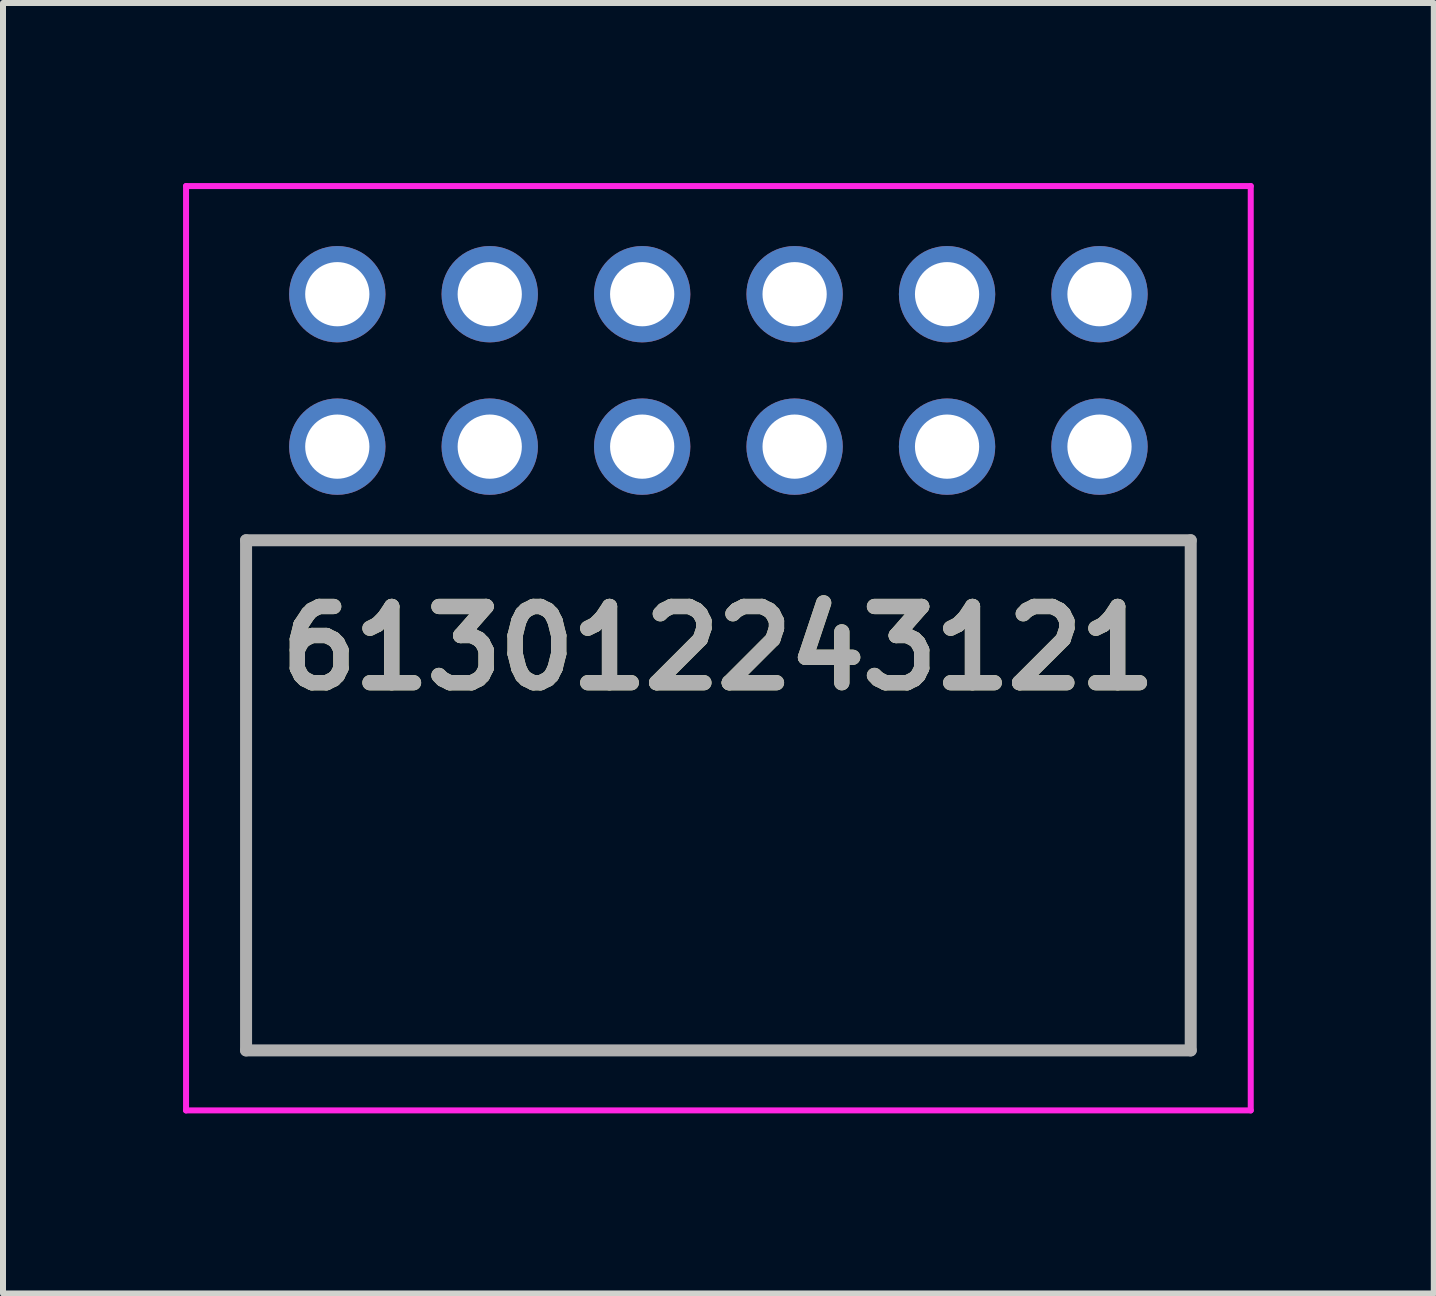
<source format=kicad_pcb>
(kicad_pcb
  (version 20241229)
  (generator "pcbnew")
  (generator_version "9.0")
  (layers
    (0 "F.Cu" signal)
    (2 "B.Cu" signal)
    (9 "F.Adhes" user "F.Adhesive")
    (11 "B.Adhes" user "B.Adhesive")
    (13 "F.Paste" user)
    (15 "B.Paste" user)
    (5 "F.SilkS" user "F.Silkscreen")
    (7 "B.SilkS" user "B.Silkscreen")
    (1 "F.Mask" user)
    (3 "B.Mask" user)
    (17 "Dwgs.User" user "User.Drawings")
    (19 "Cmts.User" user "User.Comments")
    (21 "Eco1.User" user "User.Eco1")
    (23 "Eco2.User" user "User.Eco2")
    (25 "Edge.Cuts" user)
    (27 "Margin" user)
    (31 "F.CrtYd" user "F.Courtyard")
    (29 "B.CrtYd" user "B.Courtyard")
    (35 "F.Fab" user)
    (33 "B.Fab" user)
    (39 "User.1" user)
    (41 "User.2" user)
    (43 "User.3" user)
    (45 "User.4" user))
  (footprint "613012243121"
    (layer "F.Cu")
    (at 2.57 4.392)
    (property "Reference" "613012243121" (at 6.35 3.359 0) (layer "F.SilkS") (effects (font (size 1.27 1.27) (thickness 0.254))))
    (attr through_hole)
    (fp_line (start -1.52 1.56) (end 14.22 1.56) (stroke (width 0.1) (type solid)) (layer "F.SilkS"))
    (fp_line (start -1.52 10.06) (end -1.52 1.56) (stroke (width 0.1) (type solid)) (layer "F.SilkS"))
    (fp_line (start 14.22 1.56) (end 14.22 10.06) (stroke (width 0.1) (type solid)) (layer "F.SilkS"))
    (fp_line (start 14.22 10.06) (end -1.52 10.06) (stroke (width 0.1) (type solid)) (layer "F.SilkS"))
    (fp_line (start -2.52 -4.342) (end 15.22 -4.342) (stroke (width 0.1) (type solid)) (layer "F.CrtYd"))
    (fp_line (start -2.52 11.06) (end -2.52 -4.342) (stroke (width 0.1) (type solid)) (layer "F.CrtYd"))
    (fp_line (start 15.22 -4.342) (end 15.22 11.06) (stroke (width 0.1) (type solid)) (layer "F.CrtYd"))
    (fp_line (start 15.22 11.06) (end -2.52 11.06) (stroke (width 0.1) (type solid)) (layer "F.CrtYd"))
    (fp_line (start -1.52 1.56) (end 14.22 1.56) (stroke (width 0.2) (type solid)) (layer "F.Fab"))
    (fp_line (start -1.52 10.06) (end -1.52 1.56) (stroke (width 0.2) (type solid)) (layer "F.Fab"))
    (fp_line (start 14.22 1.56) (end 14.22 10.06) (stroke (width 0.2) (type solid)) (layer "F.Fab"))
    (fp_line (start 14.22 10.06) (end -1.52 10.06) (stroke (width 0.2) (type solid)) (layer "F.Fab"))
    (fp_text user "${REFERENCE}" (at 6.35 3.359 0) (layer "F.Fab") (effects (font (size 1.27 1.27) (thickness 0.254))))
    (pad "1" thru_hole circle (at 0 0) (size 1.605 1.605) (drill 1.07) (layers "*.Cu" "*.Mask"))
    (pad "2" thru_hole circle (at 0 -2.54) (size 1.605 1.605) (drill 1.07) (layers "*.Cu" "*.Mask"))
    (pad "3" thru_hole circle (at 2.54 0) (size 1.605 1.605) (drill 1.07) (layers "*.Cu" "*.Mask"))
    (pad "4" thru_hole circle (at 2.54 -2.54) (size 1.605 1.605) (drill 1.07) (layers "*.Cu" "*.Mask"))
    (pad "5" thru_hole circle (at 5.08 0) (size 1.605 1.605) (drill 1.07) (layers "*.Cu" "*.Mask"))
    (pad "6" thru_hole circle (at 5.08 -2.54) (size 1.605 1.605) (drill 1.07) (layers "*.Cu" "*.Mask"))
    (pad "7" thru_hole circle (at 7.62 0) (size 1.605 1.605) (drill 1.07) (layers "*.Cu" "*.Mask"))
    (pad "8" thru_hole circle (at 7.62 -2.54) (size 1.605 1.605) (drill 1.07) (layers "*.Cu" "*.Mask"))
    (pad "9" thru_hole circle (at 10.16 0) (size 1.605 1.605) (drill 1.07) (layers "*.Cu" "*.Mask"))
    (pad "10" thru_hole circle (at 10.16 -2.54) (size 1.605 1.605) (drill 1.07) (layers "*.Cu" "*.Mask"))
    (pad "11" thru_hole circle (at 12.7 0) (size 1.605 1.605) (drill 1.07) (layers "*.Cu" "*.Mask"))
    (pad "12" thru_hole circle (at 12.7 -2.54) (size 1.605 1.605) (drill 1.07) (layers "*.Cu" "*.Mask")))
  (gr_rect
    (start -3 -3)
    (end 20.84 18.502)
    (stroke (width 0.1) (type default))
    (fill no)
    (layer "Edge.Cuts")))
</source>
